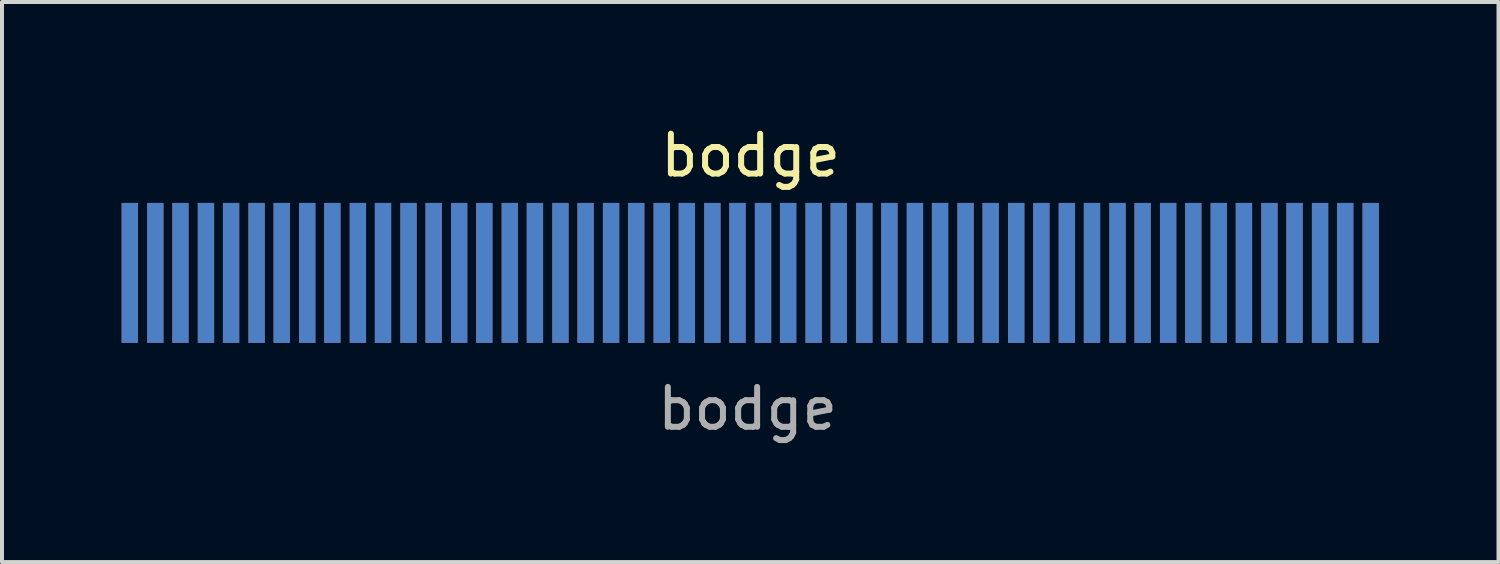
<source format=kicad_pcb>
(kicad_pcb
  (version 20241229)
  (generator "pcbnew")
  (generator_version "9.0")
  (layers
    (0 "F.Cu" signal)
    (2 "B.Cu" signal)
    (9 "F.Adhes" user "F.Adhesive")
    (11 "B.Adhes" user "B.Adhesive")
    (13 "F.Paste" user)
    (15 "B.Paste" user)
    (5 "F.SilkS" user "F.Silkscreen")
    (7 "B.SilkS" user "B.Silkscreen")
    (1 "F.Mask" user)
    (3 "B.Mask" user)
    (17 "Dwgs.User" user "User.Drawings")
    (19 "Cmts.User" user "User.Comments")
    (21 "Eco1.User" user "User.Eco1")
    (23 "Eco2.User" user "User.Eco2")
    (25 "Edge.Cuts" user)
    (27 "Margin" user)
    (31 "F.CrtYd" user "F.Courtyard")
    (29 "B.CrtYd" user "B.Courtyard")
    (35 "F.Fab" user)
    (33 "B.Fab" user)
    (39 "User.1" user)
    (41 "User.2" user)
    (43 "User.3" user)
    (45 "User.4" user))
  (footprint "bodge"
    (layer "F.Cu")
    (at 15.775 3.845)
    (property "Reference" "bodge" (at 0 -2.997 0) (unlocked yes) (layer "F.SilkS") (effects (font (size 1 1) (thickness 0.15))))
    (attr smd)
    (fp_text user "${REFERENCE}" (at -0.076 3.353 0) (unlocked yes) (layer "F.Fab") (effects (font (size 1 1) (thickness 0.15))))
    (pad "1" smd rect (at -15.57 -0.051 180) (size 0.41 3.51) (layers "F.Cu" "F.Mask" "F.Paste"))
    (pad "1" smd rect (at -15.57 -0.051) (size 0.41 3.51) (layers "B.Cu" "B.Mask" "B.Paste"))
    (pad "2" smd rect (at -14.93 -0.051 180) (size 0.41 3.51) (layers "F.Cu" "F.Mask" "F.Paste"))
    (pad "2" smd rect (at -14.93 -0.051) (size 0.41 3.51) (layers "B.Cu" "B.Mask" "B.Paste"))
    (pad "3" smd rect (at -14.3 -0.051 180) (size 0.41 3.51) (layers "F.Cu" "F.Mask" "F.Paste"))
    (pad "3" smd rect (at -14.3 -0.051) (size 0.41 3.51) (layers "B.Cu" "B.Mask" "B.Paste"))
    (pad "4" smd rect (at -13.66 -0.051 180) (size 0.41 3.51) (layers "F.Cu" "F.Mask" "F.Paste"))
    (pad "4" smd rect (at -13.66 -0.051) (size 0.41 3.51) (layers "B.Cu" "B.Mask" "B.Paste"))
    (pad "5" smd rect (at -13.03 -0.051 180) (size 0.41 3.51) (layers "F.Cu" "F.Mask" "F.Paste"))
    (pad "5" smd rect (at -13.03 -0.051) (size 0.41 3.51) (layers "B.Cu" "B.Mask" "B.Paste"))
    (pad "6" smd rect (at -12.39 -0.051 180) (size 0.41 3.51) (layers "F.Cu" "F.Mask" "F.Paste"))
    (pad "6" smd rect (at -12.39 -0.051) (size 0.41 3.51) (layers "B.Cu" "B.Mask" "B.Paste"))
    (pad "7" smd rect (at -11.76 -0.051 180) (size 0.41 3.51) (layers "F.Cu" "F.Mask" "F.Paste"))
    (pad "7" smd rect (at -11.76 -0.051) (size 0.41 3.51) (layers "B.Cu" "B.Mask" "B.Paste"))
    (pad "8" smd rect (at -11.12 -0.051 180) (size 0.41 3.51) (layers "F.Cu" "F.Mask" "F.Paste"))
    (pad "8" smd rect (at -11.12 -0.051) (size 0.41 3.51) (layers "B.Cu" "B.Mask" "B.Paste"))
    (pad "9" smd rect (at -10.49 -0.051 180) (size 0.41 3.51) (layers "F.Cu" "F.Mask" "F.Paste"))
    (pad "9" smd rect (at -10.49 -0.051) (size 0.41 3.51) (layers "B.Cu" "B.Mask" "B.Paste"))
    (pad "10" smd rect (at -9.85 -0.051 180) (size 0.41 3.51) (layers "F.Cu" "F.Mask" "F.Paste"))
    (pad "10" smd rect (at -9.85 -0.051) (size 0.41 3.51) (layers "B.Cu" "B.Mask" "B.Paste"))
    (pad "11" smd rect (at -9.22 -0.051 180) (size 0.41 3.51) (layers "F.Cu" "F.Mask" "F.Paste"))
    (pad "11" smd rect (at -9.22 -0.051) (size 0.41 3.51) (layers "B.Cu" "B.Mask" "B.Paste"))
    (pad "12" smd rect (at -8.58 -0.051 180) (size 0.41 3.51) (layers "F.Cu" "F.Mask" "F.Paste"))
    (pad "12" smd rect (at -8.58 -0.051) (size 0.41 3.51) (layers "B.Cu" "B.Mask" "B.Paste"))
    (pad "13" smd rect (at -7.95 -0.051 180) (size 0.41 3.51) (layers "F.Cu" "F.Mask" "F.Paste"))
    (pad "13" smd rect (at -7.95 -0.051) (size 0.41 3.51) (layers "B.Cu" "B.Mask" "B.Paste"))
    (pad "14" smd rect (at -7.31 -0.051 180) (size 0.41 3.51) (layers "F.Cu" "F.Mask" "F.Paste"))
    (pad "14" smd rect (at -7.31 -0.051) (size 0.41 3.51) (layers "B.Cu" "B.Mask" "B.Paste"))
    (pad "15" smd rect (at -6.68 -0.051 180) (size 0.41 3.51) (layers "F.Cu" "F.Mask" "F.Paste"))
    (pad "15" smd rect (at -6.68 -0.051) (size 0.41 3.51) (layers "B.Cu" "B.Mask" "B.Paste"))
    (pad "16" smd rect (at -6.04 -0.051 180) (size 0.41 3.51) (layers "F.Cu" "F.Mask" "F.Paste"))
    (pad "16" smd rect (at -6.04 -0.051) (size 0.41 3.51) (layers "B.Cu" "B.Mask" "B.Paste"))
    (pad "17" smd rect (at -5.41 -0.051 180) (size 0.41 3.51) (layers "F.Cu" "F.Mask" "F.Paste"))
    (pad "17" smd rect (at -5.41 -0.051) (size 0.41 3.51) (layers "B.Cu" "B.Mask" "B.Paste"))
    (pad "18" smd rect (at -4.77 -0.051 180) (size 0.41 3.51) (layers "F.Cu" "F.Mask" "F.Paste"))
    (pad "18" smd rect (at -4.77 -0.051) (size 0.41 3.51) (layers "B.Cu" "B.Mask" "B.Paste"))
    (pad "19" smd rect (at -4.14 -0.051 180) (size 0.41 3.51) (layers "F.Cu" "F.Mask" "F.Paste"))
    (pad "19" smd rect (at -4.14 -0.051) (size 0.41 3.51) (layers "B.Cu" "B.Mask" "B.Paste"))
    (pad "20" smd rect (at -3.5 -0.051 180) (size 0.41 3.51) (layers "F.Cu" "F.Mask" "F.Paste"))
    (pad "20" smd rect (at -3.5 -0.051) (size 0.41 3.51) (layers "B.Cu" "B.Mask" "B.Paste"))
    (pad "21" smd rect (at -2.87 -0.051 180) (size 0.41 3.51) (layers "F.Cu" "F.Mask" "F.Paste"))
    (pad "21" smd rect (at -2.87 -0.051) (size 0.41 3.51) (layers "B.Cu" "B.Mask" "B.Paste"))
    (pad "22" smd rect (at -2.23 -0.051 180) (size 0.41 3.51) (layers "F.Cu" "F.Mask" "F.Paste"))
    (pad "22" smd rect (at -2.23 -0.051) (size 0.41 3.51) (layers "B.Cu" "B.Mask" "B.Paste"))
    (pad "23" smd rect (at -1.6 -0.051 180) (size 0.41 3.51) (layers "F.Cu" "F.Mask" "F.Paste"))
    (pad "23" smd rect (at -1.6 -0.051) (size 0.41 3.51) (layers "B.Cu" "B.Mask" "B.Paste"))
    (pad "24" smd rect (at -0.96 -0.051 180) (size 0.41 3.51) (layers "F.Cu" "F.Mask" "F.Paste"))
    (pad "24" smd rect (at -0.96 -0.051) (size 0.41 3.51) (layers "B.Cu" "B.Mask" "B.Paste"))
    (pad "25" smd rect (at -0.33 -0.051 180) (size 0.41 3.51) (layers "F.Cu" "F.Mask" "F.Paste"))
    (pad "25" smd rect (at -0.33 -0.051) (size 0.41 3.51) (layers "B.Cu" "B.Mask" "B.Paste"))
    (pad "26" smd rect (at 0.31 -0.051 180) (size 0.41 3.51) (layers "F.Cu" "F.Mask" "F.Paste"))
    (pad "26" smd rect (at 0.31 -0.051) (size 0.41 3.51) (layers "B.Cu" "B.Mask" "B.Paste"))
    (pad "27" smd rect (at 0.94 -0.051 180) (size 0.41 3.51) (layers "F.Cu" "F.Mask" "F.Paste"))
    (pad "27" smd rect (at 0.94 -0.051) (size 0.41 3.51) (layers "B.Cu" "B.Mask" "B.Paste"))
    (pad "28" smd rect (at 1.58 -0.051 180) (size 0.41 3.51) (layers "F.Cu" "F.Mask" "F.Paste"))
    (pad "28" smd rect (at 1.58 -0.051) (size 0.41 3.51) (layers "B.Cu" "B.Mask" "B.Paste"))
    (pad "29" smd rect (at 2.21 -0.051 180) (size 0.41 3.51) (layers "F.Cu" "F.Mask" "F.Paste"))
    (pad "29" smd rect (at 2.21 -0.051) (size 0.41 3.51) (layers "B.Cu" "B.Mask" "B.Paste"))
    (pad "30" smd rect (at 2.85 -0.051 180) (size 0.41 3.51) (layers "F.Cu" "F.Mask" "F.Paste"))
    (pad "30" smd rect (at 2.85 -0.051) (size 0.41 3.51) (layers "B.Cu" "B.Mask" "B.Paste"))
    (pad "31" smd rect (at 3.48 -0.051 180) (size 0.41 3.51) (layers "F.Cu" "F.Mask" "F.Paste"))
    (pad "31" smd rect (at 3.48 -0.051) (size 0.41 3.51) (layers "B.Cu" "B.Mask" "B.Paste"))
    (pad "32" smd rect (at 4.12 -0.051 180) (size 0.41 3.51) (layers "F.Cu" "F.Mask" "F.Paste"))
    (pad "32" smd rect (at 4.12 -0.051) (size 0.41 3.51) (layers "B.Cu" "B.Mask" "B.Paste"))
    (pad "33" smd rect (at 4.75 -0.051 180) (size 0.41 3.51) (layers "F.Cu" "F.Mask" "F.Paste"))
    (pad "33" smd rect (at 4.75 -0.051) (size 0.41 3.51) (layers "B.Cu" "B.Mask" "B.Paste"))
    (pad "34" smd rect (at 5.39 -0.051 180) (size 0.41 3.51) (layers "F.Cu" "F.Mask" "F.Paste"))
    (pad "34" smd rect (at 5.39 -0.051) (size 0.41 3.51) (layers "B.Cu" "B.Mask" "B.Paste"))
    (pad "35" smd rect (at 6.02 -0.051 180) (size 0.41 3.51) (layers "F.Cu" "F.Mask" "F.Paste"))
    (pad "35" smd rect (at 6.02 -0.051) (size 0.41 3.51) (layers "B.Cu" "B.Mask" "B.Paste"))
    (pad "36" smd rect (at 6.66 -0.051 180) (size 0.41 3.51) (layers "F.Cu" "F.Mask" "F.Paste"))
    (pad "36" smd rect (at 6.66 -0.051) (size 0.41 3.51) (layers "B.Cu" "B.Mask" "B.Paste"))
    (pad "37" smd rect (at 7.29 -0.051 180) (size 0.41 3.51) (layers "F.Cu" "F.Mask" "F.Paste"))
    (pad "37" smd rect (at 7.29 -0.051) (size 0.41 3.51) (layers "B.Cu" "B.Mask" "B.Paste"))
    (pad "38" smd rect (at 7.93 -0.051 180) (size 0.41 3.51) (layers "F.Cu" "F.Mask" "F.Paste"))
    (pad "38" smd rect (at 7.93 -0.051) (size 0.41 3.51) (layers "B.Cu" "B.Mask" "B.Paste"))
    (pad "39" smd rect (at 8.56 -0.051 180) (size 0.41 3.51) (layers "F.Cu" "F.Mask" "F.Paste"))
    (pad "39" smd rect (at 8.56 -0.051) (size 0.41 3.51) (layers "B.Cu" "B.Mask" "B.Paste"))
    (pad "40" smd rect (at 9.2 -0.051 180) (size 0.41 3.51) (layers "F.Cu" "F.Mask" "F.Paste"))
    (pad "40" smd rect (at 9.2 -0.051) (size 0.41 3.51) (layers "B.Cu" "B.Mask" "B.Paste"))
    (pad "41" smd rect (at 9.83 -0.051 180) (size 0.41 3.51) (layers "F.Cu" "F.Mask" "F.Paste"))
    (pad "41" smd rect (at 9.83 -0.051) (size 0.41 3.51) (layers "B.Cu" "B.Mask" "B.Paste"))
    (pad "42" smd rect (at 10.47 -0.051 180) (size 0.41 3.51) (layers "F.Cu" "F.Mask" "F.Paste"))
    (pad "42" smd rect (at 10.47 -0.051) (size 0.41 3.51) (layers "B.Cu" "B.Mask" "B.Paste"))
    (pad "43" smd rect (at 11.1 -0.051 180) (size 0.41 3.51) (layers "F.Cu" "F.Mask" "F.Paste"))
    (pad "43" smd rect (at 11.1 -0.051) (size 0.41 3.51) (layers "B.Cu" "B.Mask" "B.Paste"))
    (pad "44" smd rect (at 11.74 -0.051 180) (size 0.41 3.51) (layers "F.Cu" "F.Mask" "F.Paste"))
    (pad "44" smd rect (at 11.74 -0.051) (size 0.41 3.51) (layers "B.Cu" "B.Mask" "B.Paste"))
    (pad "45" smd rect (at 12.37 -0.051 180) (size 0.41 3.51) (layers "F.Cu" "F.Mask" "F.Paste"))
    (pad "45" smd rect (at 12.37 -0.051) (size 0.41 3.51) (layers "B.Cu" "B.Mask" "B.Paste"))
    (pad "46" smd rect (at 13.01 -0.051 180) (size 0.41 3.51) (layers "F.Cu" "F.Mask" "F.Paste"))
    (pad "46" smd rect (at 13.01 -0.051) (size 0.41 3.51) (layers "B.Cu" "B.Mask" "B.Paste"))
    (pad "47" smd rect (at 13.64 -0.051 180) (size 0.41 3.51) (layers "F.Cu" "F.Mask" "F.Paste"))
    (pad "47" smd rect (at 13.64 -0.051) (size 0.41 3.51) (layers "B.Cu" "B.Mask" "B.Paste"))
    (pad "48" smd rect (at 14.28 -0.051 180) (size 0.41 3.51) (layers "F.Cu" "F.Mask" "F.Paste"))
    (pad "48" smd rect (at 14.28 -0.051) (size 0.41 3.51) (layers "B.Cu" "B.Mask" "B.Paste"))
    (pad "49" smd rect (at 14.91 -0.051 180) (size 0.41 3.51) (layers "F.Cu" "F.Mask" "F.Paste"))
    (pad "49" smd rect (at 14.91 -0.051) (size 0.41 3.51) (layers "B.Cu" "B.Mask" "B.Paste"))
    (pad "50" smd rect (at 15.55 -0.051 180) (size 0.41 3.51) (layers "F.Cu" "F.Mask" "F.Paste"))
    (pad "50" smd rect (at 15.55 -0.051) (size 0.41 3.51) (layers "B.Cu" "B.Mask" "B.Paste")))
  (gr_rect
    (start -3 -3)
    (end 34.53 11.046)
    (stroke (width 0.1) (type default))
    (fill no)
    (layer "Edge.Cuts")))
</source>
